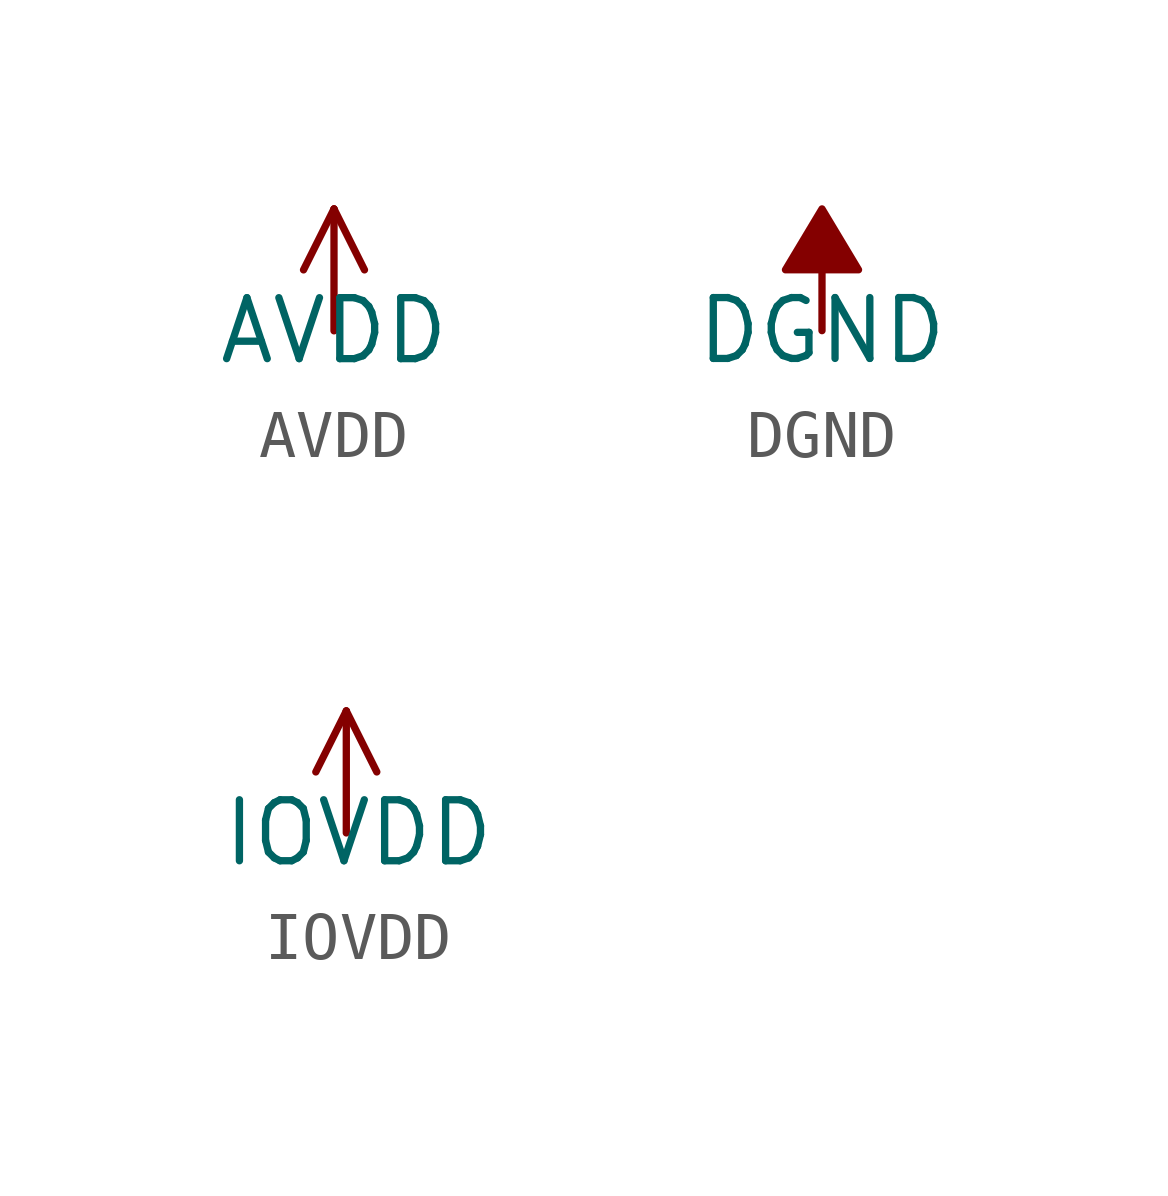
<source format=kicad_sym>
(kicad_symbol_lib
  (version 20231120)
  (generator "kicad_symbol_editor")
  (generator_version "8.0")
  (symbol "AVDD"
    (power)
    (property "Reference" "#PWR"
      (at 0 -1.016 0)
      (effects (font (size 1.27 1.27)) (hide yes)))
    (property "Value" "AVDD"
      (at 0 0 0)
      (effects (font (size 1.27 1.27))))
    (symbol "AVDD_0_1"
      (polyline (pts (xy -0.635 1.27) (xy 0 2.54)) (stroke (width 0) (type default)) (fill (type none)))
      (polyline (pts (xy 0 0) (xy 0 2.54)) (stroke (width 0) (type default)) (fill (type none)))
      (polyline (pts (xy 0 2.54) (xy 0.635 1.27)) (stroke (width 0) (type default)) (fill (type none))))
    (symbol "AVDD_1_1"
      (pin power_in line (at 0 0 90) (length 2.54) hide (name "AVDD" (effects (font (size 1.27 1.27)))) (number "1" (effects (font (size 1.27 1.27)))))))
  (symbol "DGND"
    (power)
    (property "Reference" "#PWR"
      (at 0 -2.032 0)
      (effects (font (size 1.27 1.27)) (hide yes)))
    (property "Value" "DGND"
      (at 0 0 0)
      (effects (font (size 1.27 1.27))))
    (symbol "DGND_0_1"
      (polyline (pts (xy 0 0) (xy 0 1.27) (xy 0.762 1.27) (xy 0 2.54) (xy -0.762 1.27) (xy 0 1.27)) (stroke (width 0) (type default)) (fill (type outline))))
    (symbol "DGND_1_1"
      (pin power_in line (at 0 0 90) (length 2.54) hide (name "DGND" (effects (font (size 1.27 1.27)))) (number "1" (effects (font (size 1.27 1.27)))))))
  (symbol "IOVDD"
    (power)
    (property "Reference" "#PWR"
      (at -0.254 -1.016 0)
      (effects (font (size 1.27 1.27)) (hide yes)))
    (property "Value" "IOVDD"
      (at 0.254 0 0)
      (effects (font (size 1.27 1.27))))
    (symbol "IOVDD_0_1"
      (polyline (pts (xy -0.635 1.27) (xy 0 2.54)) (stroke (width 0) (type default)) (fill (type none)))
      (polyline (pts (xy 0 0) (xy 0 2.54)) (stroke (width 0) (type default)) (fill (type none)))
      (polyline (pts (xy 0 2.54) (xy 0.635 1.27)) (stroke (width 0) (type default)) (fill (type none))))
    (symbol "IOVDD_1_1"
      (pin power_in line (at 0 0 180) (length 0) hide (name "IOVDD" (effects (font (size 1.27 1.27)))) (number "1" (effects (font (size 1.27 1.27))))))))
</source>
